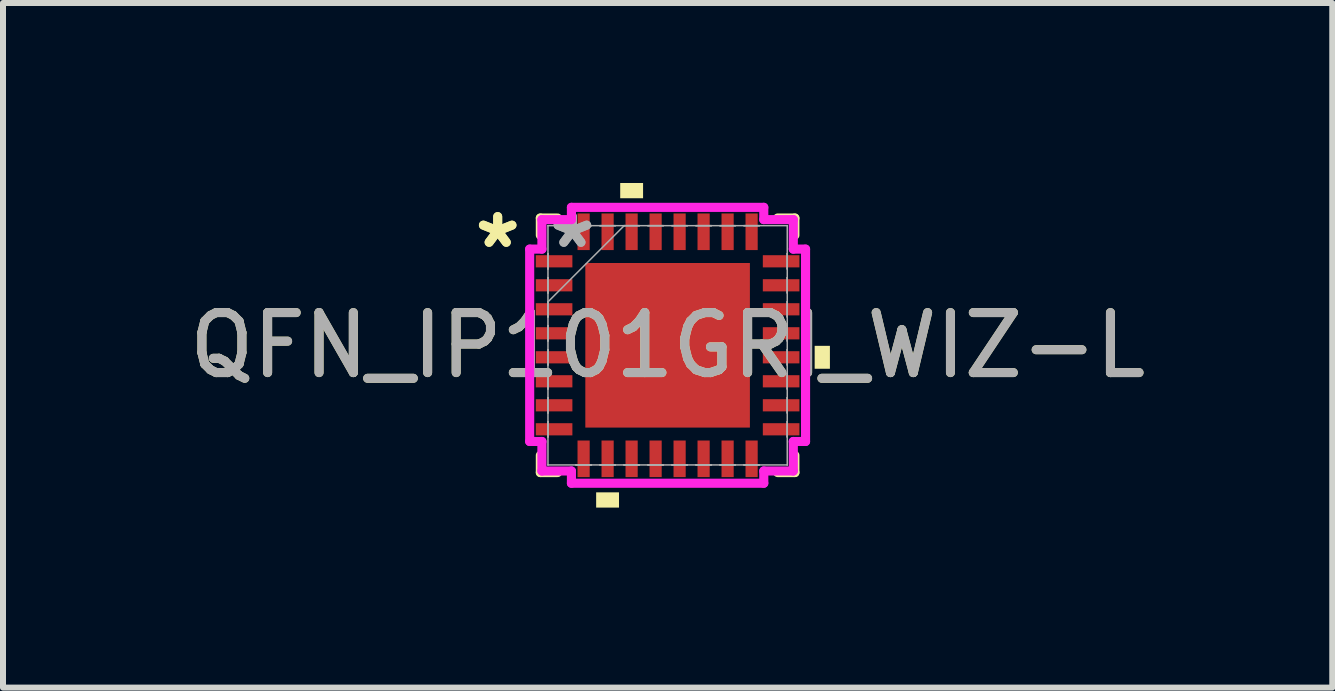
<source format=kicad_pcb>
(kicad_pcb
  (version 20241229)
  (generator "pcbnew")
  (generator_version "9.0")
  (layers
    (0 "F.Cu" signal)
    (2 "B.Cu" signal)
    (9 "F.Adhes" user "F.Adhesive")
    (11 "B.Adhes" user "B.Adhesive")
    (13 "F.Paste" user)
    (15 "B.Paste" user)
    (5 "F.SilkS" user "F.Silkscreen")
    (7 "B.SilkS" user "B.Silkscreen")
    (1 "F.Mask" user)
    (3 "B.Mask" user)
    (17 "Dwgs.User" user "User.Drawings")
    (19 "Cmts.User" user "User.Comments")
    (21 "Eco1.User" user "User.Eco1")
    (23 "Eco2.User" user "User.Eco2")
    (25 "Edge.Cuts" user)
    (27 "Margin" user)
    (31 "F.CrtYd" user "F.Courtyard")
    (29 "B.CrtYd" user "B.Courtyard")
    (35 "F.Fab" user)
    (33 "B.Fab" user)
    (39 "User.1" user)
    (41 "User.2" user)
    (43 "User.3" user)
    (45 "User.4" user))
  (footprint "QFN_IP101GRI_WIZ-L"
    (layer "F.Cu")
    (at 8.077 2.705)
    (property "Reference" "QFN_IP101GRI_WIZ-L" (at 0 0 0) (unlocked yes) (layer "F.SilkS") (effects (font (size 1 1) (thickness 0.15))))
    (attr smd)
    (fp_line (start -2.121 -2.121) (end -2.121 -1.834) (stroke (width 0.152) (type solid)) (layer "F.SilkS"))
    (fp_line (start -2.121 1.834) (end -2.121 2.121) (stroke (width 0.152) (type solid)) (layer "F.SilkS"))
    (fp_line (start -2.121 2.121) (end -1.834 2.121) (stroke (width 0.152) (type solid)) (layer "F.SilkS"))
    (fp_line (start -1.834 -2.121) (end -2.121 -2.121) (stroke (width 0.152) (type solid)) (layer "F.SilkS"))
    (fp_line (start 1.834 2.121) (end 2.121 2.121) (stroke (width 0.152) (type solid)) (layer "F.SilkS"))
    (fp_line (start 2.121 -2.121) (end 1.834 -2.121) (stroke (width 0.152) (type solid)) (layer "F.SilkS"))
    (fp_line (start 2.121 -1.834) (end 2.121 -2.121) (stroke (width 0.152) (type solid)) (layer "F.SilkS"))
    (fp_line (start 2.121 2.121) (end 2.121 1.834) (stroke (width 0.152) (type solid)) (layer "F.SilkS"))
    (fp_poly (pts (xy -1.191 2.451) (xy -1.191 2.705) (xy -0.81 2.705) (xy -0.81 2.451)) (stroke (width 0) (type solid)) (fill yes) (layer "F.SilkS"))
    (fp_poly (pts (xy -0.79 -2.451) (xy -0.79 -2.705) (xy -0.409 -2.705) (xy -0.409 -2.451)) (stroke (width 0) (type solid)) (fill yes) (layer "F.SilkS"))
    (fp_poly (pts (xy 2.705 0.009) (xy 2.705 0.391) (xy 2.451 0.391) (xy 2.451 0.009)) (stroke (width 0) (type solid)) (fill yes) (layer "F.SilkS"))
    (fp_poly (pts (xy -1.272 -1.272) (xy -1.272 -0.1) (xy -0.1 -0.1) (xy -0.1 -1.272)) (stroke (width 0) (type solid)) (fill yes) (layer "F.Paste"))
    (fp_poly (pts (xy -1.272 0.1) (xy -1.272 1.272) (xy -0.1 1.272) (xy -0.1 0.1)) (stroke (width 0) (type solid)) (fill yes) (layer "F.Paste"))
    (fp_poly (pts (xy 0.1 -1.272) (xy 0.1 -0.1) (xy 1.272 -0.1) (xy 1.272 -1.272)) (stroke (width 0) (type solid)) (fill yes) (layer "F.Paste"))
    (fp_poly (pts (xy 0.1 0.1) (xy 0.1 1.272) (xy 1.272 1.272) (xy 1.272 0.1)) (stroke (width 0) (type solid)) (fill yes) (layer "F.Paste"))
    (fp_line (start -2.299 -1.603) (end -2.095 -1.603) (stroke (width 0.152) (type solid)) (layer "F.CrtYd"))
    (fp_line (start -2.299 1.603) (end -2.299 -1.603) (stroke (width 0.152) (type solid)) (layer "F.CrtYd"))
    (fp_line (start -2.095 -2.095) (end -1.603 -2.095) (stroke (width 0.152) (type solid)) (layer "F.CrtYd"))
    (fp_line (start -2.095 -1.603) (end -2.095 -2.095) (stroke (width 0.152) (type solid)) (layer "F.CrtYd"))
    (fp_line (start -2.095 1.603) (end -2.299 1.603) (stroke (width 0.152) (type solid)) (layer "F.CrtYd"))
    (fp_line (start -2.095 2.095) (end -2.095 1.603) (stroke (width 0.152) (type solid)) (layer "F.CrtYd"))
    (fp_line (start -1.603 -2.299) (end 1.603 -2.299) (stroke (width 0.152) (type solid)) (layer "F.CrtYd"))
    (fp_line (start -1.603 -2.095) (end -1.603 -2.299) (stroke (width 0.152) (type solid)) (layer "F.CrtYd"))
    (fp_line (start -1.603 2.095) (end -2.095 2.095) (stroke (width 0.152) (type solid)) (layer "F.CrtYd"))
    (fp_line (start -1.603 2.299) (end -1.603 2.095) (stroke (width 0.152) (type solid)) (layer "F.CrtYd"))
    (fp_line (start 1.603 -2.299) (end 1.603 -2.095) (stroke (width 0.152) (type solid)) (layer "F.CrtYd"))
    (fp_line (start 1.603 -2.095) (end 2.095 -2.095) (stroke (width 0.152) (type solid)) (layer "F.CrtYd"))
    (fp_line (start 1.603 2.095) (end 1.603 2.299) (stroke (width 0.152) (type solid)) (layer "F.CrtYd"))
    (fp_line (start 1.603 2.299) (end -1.603 2.299) (stroke (width 0.152) (type solid)) (layer "F.CrtYd"))
    (fp_line (start 2.095 -2.095) (end 2.095 -1.603) (stroke (width 0.152) (type solid)) (layer "F.CrtYd"))
    (fp_line (start 2.095 -1.603) (end 2.299 -1.603) (stroke (width 0.152) (type solid)) (layer "F.CrtYd"))
    (fp_line (start 2.095 1.603) (end 2.095 2.095) (stroke (width 0.152) (type solid)) (layer "F.CrtYd"))
    (fp_line (start 2.095 2.095) (end 1.603 2.095) (stroke (width 0.152) (type solid)) (layer "F.CrtYd"))
    (fp_line (start 2.299 -1.603) (end 2.299 1.603) (stroke (width 0.152) (type solid)) (layer "F.CrtYd"))
    (fp_line (start 2.299 1.603) (end 2.095 1.603) (stroke (width 0.152) (type solid)) (layer "F.CrtYd"))
    (fp_line (start -1.994 -1.994) (end -1.994 -1.994) (stroke (width 0.025) (type solid)) (layer "F.Fab"))
    (fp_line (start -1.994 -1.994) (end -1.994 1.994) (stroke (width 0.025) (type solid)) (layer "F.Fab"))
    (fp_line (start -1.994 -1.527) (end -1.994 -1.527) (stroke (width 0.025) (type solid)) (layer "F.Fab"))
    (fp_line (start -1.994 -1.527) (end -1.994 -1.273) (stroke (width 0.025) (type solid)) (layer "F.Fab"))
    (fp_line (start -1.994 -1.273) (end -1.994 -1.527) (stroke (width 0.025) (type solid)) (layer "F.Fab"))
    (fp_line (start -1.994 -1.273) (end -1.994 -1.273) (stroke (width 0.025) (type solid)) (layer "F.Fab"))
    (fp_line (start -1.994 -1.127) (end -1.994 -1.127) (stroke (width 0.025) (type solid)) (layer "F.Fab"))
    (fp_line (start -1.994 -1.127) (end -1.994 -0.873) (stroke (width 0.025) (type solid)) (layer "F.Fab"))
    (fp_line (start -1.994 -0.873) (end -1.994 -1.127) (stroke (width 0.025) (type solid)) (layer "F.Fab"))
    (fp_line (start -1.994 -0.873) (end -1.994 -0.873) (stroke (width 0.025) (type solid)) (layer "F.Fab"))
    (fp_line (start -1.994 -0.727) (end -1.994 -0.727) (stroke (width 0.025) (type solid)) (layer "F.Fab"))
    (fp_line (start -1.994 -0.727) (end -1.994 -0.473) (stroke (width 0.025) (type solid)) (layer "F.Fab"))
    (fp_line (start -1.994 -0.724) (end -0.724 -1.994) (stroke (width 0.025) (type solid)) (layer "F.Fab"))
    (fp_line (start -1.994 -0.473) (end -1.994 -0.727) (stroke (width 0.025) (type solid)) (layer "F.Fab"))
    (fp_line (start -1.994 -0.473) (end -1.994 -0.473) (stroke (width 0.025) (type solid)) (layer "F.Fab"))
    (fp_line (start -1.994 -0.327) (end -1.994 -0.327) (stroke (width 0.025) (type solid)) (layer "F.Fab"))
    (fp_line (start -1.994 -0.327) (end -1.994 -0.073) (stroke (width 0.025) (type solid)) (layer "F.Fab"))
    (fp_line (start -1.994 -0.073) (end -1.994 -0.327) (stroke (width 0.025) (type solid)) (layer "F.Fab"))
    (fp_line (start -1.994 -0.073) (end -1.994 -0.073) (stroke (width 0.025) (type solid)) (layer "F.Fab"))
    (fp_line (start -1.994 0.073) (end -1.994 0.073) (stroke (width 0.025) (type solid)) (layer "F.Fab"))
    (fp_line (start -1.994 0.073) (end -1.994 0.327) (stroke (width 0.025) (type solid)) (layer "F.Fab"))
    (fp_line (start -1.994 0.327) (end -1.994 0.073) (stroke (width 0.025) (type solid)) (layer "F.Fab"))
    (fp_line (start -1.994 0.327) (end -1.994 0.327) (stroke (width 0.025) (type solid)) (layer "F.Fab"))
    (fp_line (start -1.994 0.473) (end -1.994 0.473) (stroke (width 0.025) (type solid)) (layer "F.Fab"))
    (fp_line (start -1.994 0.473) (end -1.994 0.727) (stroke (width 0.025) (type solid)) (layer "F.Fab"))
    (fp_line (start -1.994 0.727) (end -1.994 0.473) (stroke (width 0.025) (type solid)) (layer "F.Fab"))
    (fp_line (start -1.994 0.727) (end -1.994 0.727) (stroke (width 0.025) (type solid)) (layer "F.Fab"))
    (fp_line (start -1.994 0.873) (end -1.994 0.873) (stroke (width 0.025) (type solid)) (layer "F.Fab"))
    (fp_line (start -1.994 0.873) (end -1.994 1.127) (stroke (width 0.025) (type solid)) (layer "F.Fab"))
    (fp_line (start -1.994 1.127) (end -1.994 0.873) (stroke (width 0.025) (type solid)) (layer "F.Fab"))
    (fp_line (start -1.994 1.127) (end -1.994 1.127) (stroke (width 0.025) (type solid)) (layer "F.Fab"))
    (fp_line (start -1.994 1.273) (end -1.994 1.273) (stroke (width 0.025) (type solid)) (layer "F.Fab"))
    (fp_line (start -1.994 1.273) (end -1.994 1.527) (stroke (width 0.025) (type solid)) (layer "F.Fab"))
    (fp_line (start -1.994 1.527) (end -1.994 1.273) (stroke (width 0.025) (type solid)) (layer "F.Fab"))
    (fp_line (start -1.994 1.527) (end -1.994 1.527) (stroke (width 0.025) (type solid)) (layer "F.Fab"))
    (fp_line (start -1.994 1.994) (end -1.994 1.994) (stroke (width 0.025) (type solid)) (layer "F.Fab"))
    (fp_line (start -1.994 1.994) (end 1.994 1.994) (stroke (width 0.025) (type solid)) (layer "F.Fab"))
    (fp_line (start -1.527 -1.994) (end -1.527 -1.994) (stroke (width 0.025) (type solid)) (layer "F.Fab"))
    (fp_line (start -1.527 -1.994) (end -1.273 -1.994) (stroke (width 0.025) (type solid)) (layer "F.Fab"))
    (fp_line (start -1.527 1.994) (end -1.527 1.994) (stroke (width 0.025) (type solid)) (layer "F.Fab"))
    (fp_line (start -1.527 1.994) (end -1.273 1.994) (stroke (width 0.025) (type solid)) (layer "F.Fab"))
    (fp_line (start -1.273 -1.994) (end -1.527 -1.994) (stroke (width 0.025) (type solid)) (layer "F.Fab"))
    (fp_line (start -1.273 -1.994) (end -1.273 -1.994) (stroke (width 0.025) (type solid)) (layer "F.Fab"))
    (fp_line (start -1.273 1.994) (end -1.527 1.994) (stroke (width 0.025) (type solid)) (layer "F.Fab"))
    (fp_line (start -1.273 1.994) (end -1.273 1.994) (stroke (width 0.025) (type solid)) (layer "F.Fab"))
    (fp_line (start -1.127 -1.994) (end -1.127 -1.994) (stroke (width 0.025) (type solid)) (layer "F.Fab"))
    (fp_line (start -1.127 -1.994) (end -0.873 -1.994) (stroke (width 0.025) (type solid)) (layer "F.Fab"))
    (fp_line (start -1.127 1.994) (end -1.127 1.994) (stroke (width 0.025) (type solid)) (layer "F.Fab"))
    (fp_line (start -1.127 1.994) (end -0.873 1.994) (stroke (width 0.025) (type solid)) (layer "F.Fab"))
    (fp_line (start -0.873 -1.994) (end -1.127 -1.994) (stroke (width 0.025) (type solid)) (layer "F.Fab"))
    (fp_line (start -0.873 -1.994) (end -0.873 -1.994) (stroke (width 0.025) (type solid)) (layer "F.Fab"))
    (fp_line (start -0.873 1.994) (end -1.127 1.994) (stroke (width 0.025) (type solid)) (layer "F.Fab"))
    (fp_line (start -0.873 1.994) (end -0.873 1.994) (stroke (width 0.025) (type solid)) (layer "F.Fab"))
    (fp_line (start -0.727 -1.994) (end -0.727 -1.994) (stroke (width 0.025) (type solid)) (layer "F.Fab"))
    (fp_line (start -0.727 -1.994) (end -0.473 -1.994) (stroke (width 0.025) (type solid)) (layer "F.Fab"))
    (fp_line (start -0.727 1.994) (end -0.727 1.994) (stroke (width 0.025) (type solid)) (layer "F.Fab"))
    (fp_line (start -0.727 1.994) (end -0.473 1.994) (stroke (width 0.025) (type solid)) (layer "F.Fab"))
    (fp_line (start -0.473 -1.994) (end -0.727 -1.994) (stroke (width 0.025) (type solid)) (layer "F.Fab"))
    (fp_line (start -0.473 -1.994) (end -0.473 -1.994) (stroke (width 0.025) (type solid)) (layer "F.Fab"))
    (fp_line (start -0.473 1.994) (end -0.727 1.994) (stroke (width 0.025) (type solid)) (layer "F.Fab"))
    (fp_line (start -0.473 1.994) (end -0.473 1.994) (stroke (width 0.025) (type solid)) (layer "F.Fab"))
    (fp_line (start -0.327 -1.994) (end -0.327 -1.994) (stroke (width 0.025) (type solid)) (layer "F.Fab"))
    (fp_line (start -0.327 -1.994) (end -0.073 -1.994) (stroke (width 0.025) (type solid)) (layer "F.Fab"))
    (fp_line (start -0.327 1.994) (end -0.327 1.994) (stroke (width 0.025) (type solid)) (layer "F.Fab"))
    (fp_line (start -0.327 1.994) (end -0.073 1.994) (stroke (width 0.025) (type solid)) (layer "F.Fab"))
    (fp_line (start -0.073 -1.994) (end -0.327 -1.994) (stroke (width 0.025) (type solid)) (layer "F.Fab"))
    (fp_line (start -0.073 -1.994) (end -0.073 -1.994) (stroke (width 0.025) (type solid)) (layer "F.Fab"))
    (fp_line (start -0.073 1.994) (end -0.327 1.994) (stroke (width 0.025) (type solid)) (layer "F.Fab"))
    (fp_line (start -0.073 1.994) (end -0.073 1.994) (stroke (width 0.025) (type solid)) (layer "F.Fab"))
    (fp_line (start 0.073 -1.994) (end 0.073 -1.994) (stroke (width 0.025) (type solid)) (layer "F.Fab"))
    (fp_line (start 0.073 -1.994) (end 0.327 -1.994) (stroke (width 0.025) (type solid)) (layer "F.Fab"))
    (fp_line (start 0.073 1.994) (end 0.073 1.994) (stroke (width 0.025) (type solid)) (layer "F.Fab"))
    (fp_line (start 0.073 1.994) (end 0.327 1.994) (stroke (width 0.025) (type solid)) (layer "F.Fab"))
    (fp_line (start 0.327 -1.994) (end 0.073 -1.994) (stroke (width 0.025) (type solid)) (layer "F.Fab"))
    (fp_line (start 0.327 -1.994) (end 0.327 -1.994) (stroke (width 0.025) (type solid)) (layer "F.Fab"))
    (fp_line (start 0.327 1.994) (end 0.073 1.994) (stroke (width 0.025) (type solid)) (layer "F.Fab"))
    (fp_line (start 0.327 1.994) (end 0.327 1.994) (stroke (width 0.025) (type solid)) (layer "F.Fab"))
    (fp_line (start 0.473 -1.994) (end 0.473 -1.994) (stroke (width 0.025) (type solid)) (layer "F.Fab"))
    (fp_line (start 0.473 -1.994) (end 0.727 -1.994) (stroke (width 0.025) (type solid)) (layer "F.Fab"))
    (fp_line (start 0.473 1.994) (end 0.473 1.994) (stroke (width 0.025) (type solid)) (layer "F.Fab"))
    (fp_line (start 0.473 1.994) (end 0.727 1.994) (stroke (width 0.025) (type solid)) (layer "F.Fab"))
    (fp_line (start 0.727 -1.994) (end 0.473 -1.994) (stroke (width 0.025) (type solid)) (layer "F.Fab"))
    (fp_line (start 0.727 -1.994) (end 0.727 -1.994) (stroke (width 0.025) (type solid)) (layer "F.Fab"))
    (fp_line (start 0.727 1.994) (end 0.473 1.994) (stroke (width 0.025) (type solid)) (layer "F.Fab"))
    (fp_line (start 0.727 1.994) (end 0.727 1.994) (stroke (width 0.025) (type solid)) (layer "F.Fab"))
    (fp_line (start 0.873 -1.994) (end 0.873 -1.994) (stroke (width 0.025) (type solid)) (layer "F.Fab"))
    (fp_line (start 0.873 -1.994) (end 1.127 -1.994) (stroke (width 0.025) (type solid)) (layer "F.Fab"))
    (fp_line (start 0.873 1.994) (end 0.873 1.994) (stroke (width 0.025) (type solid)) (layer "F.Fab"))
    (fp_line (start 0.873 1.994) (end 1.127 1.994) (stroke (width 0.025) (type solid)) (layer "F.Fab"))
    (fp_line (start 1.127 -1.994) (end 0.873 -1.994) (stroke (width 0.025) (type solid)) (layer "F.Fab"))
    (fp_line (start 1.127 -1.994) (end 1.127 -1.994) (stroke (width 0.025) (type solid)) (layer "F.Fab"))
    (fp_line (start 1.127 1.994) (end 0.873 1.994) (stroke (width 0.025) (type solid)) (layer "F.Fab"))
    (fp_line (start 1.127 1.994) (end 1.127 1.994) (stroke (width 0.025) (type solid)) (layer "F.Fab"))
    (fp_line (start 1.273 -1.994) (end 1.273 -1.994) (stroke (width 0.025) (type solid)) (layer "F.Fab"))
    (fp_line (start 1.273 -1.994) (end 1.527 -1.994) (stroke (width 0.025) (type solid)) (layer "F.Fab"))
    (fp_line (start 1.273 1.994) (end 1.273 1.994) (stroke (width 0.025) (type solid)) (layer "F.Fab"))
    (fp_line (start 1.273 1.994) (end 1.527 1.994) (stroke (width 0.025) (type solid)) (layer "F.Fab"))
    (fp_line (start 1.527 -1.994) (end 1.273 -1.994) (stroke (width 0.025) (type solid)) (layer "F.Fab"))
    (fp_line (start 1.527 -1.994) (end 1.527 -1.994) (stroke (width 0.025) (type solid)) (layer "F.Fab"))
    (fp_line (start 1.527 1.994) (end 1.273 1.994) (stroke (width 0.025) (type solid)) (layer "F.Fab"))
    (fp_line (start 1.527 1.994) (end 1.527 1.994) (stroke (width 0.025) (type solid)) (layer "F.Fab"))
    (fp_line (start 1.994 -1.994) (end -1.994 -1.994) (stroke (width 0.025) (type solid)) (layer "F.Fab"))
    (fp_line (start 1.994 -1.994) (end 1.994 -1.994) (stroke (width 0.025) (type solid)) (layer "F.Fab"))
    (fp_line (start 1.994 -1.527) (end 1.994 -1.527) (stroke (width 0.025) (type solid)) (layer "F.Fab"))
    (fp_line (start 1.994 -1.527) (end 1.994 -1.273) (stroke (width 0.025) (type solid)) (layer "F.Fab"))
    (fp_line (start 1.994 -1.273) (end 1.994 -1.527) (stroke (width 0.025) (type solid)) (layer "F.Fab"))
    (fp_line (start 1.994 -1.273) (end 1.994 -1.273) (stroke (width 0.025) (type solid)) (layer "F.Fab"))
    (fp_line (start 1.994 -1.127) (end 1.994 -1.127) (stroke (width 0.025) (type solid)) (layer "F.Fab"))
    (fp_line (start 1.994 -1.127) (end 1.994 -0.873) (stroke (width 0.025) (type solid)) (layer "F.Fab"))
    (fp_line (start 1.994 -0.873) (end 1.994 -1.127) (stroke (width 0.025) (type solid)) (layer "F.Fab"))
    (fp_line (start 1.994 -0.873) (end 1.994 -0.873) (stroke (width 0.025) (type solid)) (layer "F.Fab"))
    (fp_line (start 1.994 -0.727) (end 1.994 -0.727) (stroke (width 0.025) (type solid)) (layer "F.Fab"))
    (fp_line (start 1.994 -0.727) (end 1.994 -0.473) (stroke (width 0.025) (type solid)) (layer "F.Fab"))
    (fp_line (start 1.994 -0.473) (end 1.994 -0.727) (stroke (width 0.025) (type solid)) (layer "F.Fab"))
    (fp_line (start 1.994 -0.473) (end 1.994 -0.473) (stroke (width 0.025) (type solid)) (layer "F.Fab"))
    (fp_line (start 1.994 -0.327) (end 1.994 -0.327) (stroke (width 0.025) (type solid)) (layer "F.Fab"))
    (fp_line (start 1.994 -0.327) (end 1.994 -0.073) (stroke (width 0.025) (type solid)) (layer "F.Fab"))
    (fp_line (start 1.994 -0.073) (end 1.994 -0.327) (stroke (width 0.025) (type solid)) (layer "F.Fab"))
    (fp_line (start 1.994 -0.073) (end 1.994 -0.073) (stroke (width 0.025) (type solid)) (layer "F.Fab"))
    (fp_line (start 1.994 0.073) (end 1.994 0.073) (stroke (width 0.025) (type solid)) (layer "F.Fab"))
    (fp_line (start 1.994 0.073) (end 1.994 0.327) (stroke (width 0.025) (type solid)) (layer "F.Fab"))
    (fp_line (start 1.994 0.327) (end 1.994 0.073) (stroke (width 0.025) (type solid)) (layer "F.Fab"))
    (fp_line (start 1.994 0.327) (end 1.994 0.327) (stroke (width 0.025) (type solid)) (layer "F.Fab"))
    (fp_line (start 1.994 0.473) (end 1.994 0.473) (stroke (width 0.025) (type solid)) (layer "F.Fab"))
    (fp_line (start 1.994 0.473) (end 1.994 0.727) (stroke (width 0.025) (type solid)) (layer "F.Fab"))
    (fp_line (start 1.994 0.727) (end 1.994 0.473) (stroke (width 0.025) (type solid)) (layer "F.Fab"))
    (fp_line (start 1.994 0.727) (end 1.994 0.727) (stroke (width 0.025) (type solid)) (layer "F.Fab"))
    (fp_line (start 1.994 0.873) (end 1.994 0.873) (stroke (width 0.025) (type solid)) (layer "F.Fab"))
    (fp_line (start 1.994 0.873) (end 1.994 1.127) (stroke (width 0.025) (type solid)) (layer "F.Fab"))
    (fp_line (start 1.994 1.127) (end 1.994 0.873) (stroke (width 0.025) (type solid)) (layer "F.Fab"))
    (fp_line (start 1.994 1.127) (end 1.994 1.127) (stroke (width 0.025) (type solid)) (layer "F.Fab"))
    (fp_line (start 1.994 1.273) (end 1.994 1.273) (stroke (width 0.025) (type solid)) (layer "F.Fab"))
    (fp_line (start 1.994 1.273) (end 1.994 1.527) (stroke (width 0.025) (type solid)) (layer "F.Fab"))
    (fp_line (start 1.994 1.527) (end 1.994 1.273) (stroke (width 0.025) (type solid)) (layer "F.Fab"))
    (fp_line (start 1.994 1.527) (end 1.994 1.527) (stroke (width 0.025) (type solid)) (layer "F.Fab"))
    (fp_line (start 1.994 1.994) (end 1.994 -1.994) (stroke (width 0.025) (type solid)) (layer "F.Fab"))
    (fp_line (start 1.994 1.994) (end 1.994 1.994) (stroke (width 0.025) (type solid)) (layer "F.Fab"))
    (fp_text user "*" (at -2.832 -1.6 0) (unlocked yes) (layer "F.SilkS") (effects (font (size 1 1) (thickness 0.15))))
    (fp_text user "*" (at -2.832 -1.6 0) (layer "F.SilkS") (effects (font (size 1 1) (thickness 0.15))))
    (fp_text user "*" (at -1.587 -1.6 0) (unlocked yes) (layer "F.Fab") (effects (font (size 1 1) (thickness 0.15))))
    (fp_text user "*" (at -1.587 -1.6 0) (layer "F.Fab") (effects (font (size 1 1) (thickness 0.15))))
    (fp_text user "${REFERENCE}" (at 0 0 0) (unlocked yes) (layer "F.Fab") (effects (font (size 1 1) (thickness 0.15))))
    (pad "1" smd rect (at -1.892 -1.4 90) (size 0.203 0.61) (layers "F.Cu" "F.Mask" "F.Paste"))
    (pad "2" smd rect (at -1.892 -1 90) (size 0.203 0.61) (layers "F.Cu" "F.Mask" "F.Paste"))
    (pad "3" smd rect (at -1.892 -0.6 90) (size 0.203 0.61) (layers "F.Cu" "F.Mask" "F.Paste"))
    (pad "4" smd rect (at -1.892 -0.2 90) (size 0.203 0.61) (layers "F.Cu" "F.Mask" "F.Paste"))
    (pad "5" smd rect (at -1.892 0.2 90) (size 0.203 0.61) (layers "F.Cu" "F.Mask" "F.Paste"))
    (pad "6" smd rect (at -1.892 0.6 90) (size 0.203 0.61) (layers "F.Cu" "F.Mask" "F.Paste"))
    (pad "7" smd rect (at -1.892 1 90) (size 0.203 0.61) (layers "F.Cu" "F.Mask" "F.Paste"))
    (pad "8" smd rect (at -1.892 1.4 90) (size 0.203 0.61) (layers "F.Cu" "F.Mask" "F.Paste"))
    (pad "9" smd rect (at -1.4 1.892) (size 0.203 0.61) (layers "F.Cu" "F.Mask" "F.Paste"))
    (pad "10" smd rect (at -1 1.892) (size 0.203 0.61) (layers "F.Cu" "F.Mask" "F.Paste"))
    (pad "11" smd rect (at -0.6 1.892) (size 0.203 0.61) (layers "F.Cu" "F.Mask" "F.Paste"))
    (pad "12" smd rect (at -0.2 1.892) (size 0.203 0.61) (layers "F.Cu" "F.Mask" "F.Paste"))
    (pad "13" smd rect (at 0.2 1.892) (size 0.203 0.61) (layers "F.Cu" "F.Mask" "F.Paste"))
    (pad "14" smd rect (at 0.6 1.892) (size 0.203 0.61) (layers "F.Cu" "F.Mask" "F.Paste"))
    (pad "15" smd rect (at 1 1.892) (size 0.203 0.61) (layers "F.Cu" "F.Mask" "F.Paste"))
    (pad "16" smd rect (at 1.4 1.892) (size 0.203 0.61) (layers "F.Cu" "F.Mask" "F.Paste"))
    (pad "17" smd rect (at 1.892 1.4 90) (size 0.203 0.61) (layers "F.Cu" "F.Mask" "F.Paste"))
    (pad "18" smd rect (at 1.892 1 90) (size 0.203 0.61) (layers "F.Cu" "F.Mask" "F.Paste"))
    (pad "19" smd rect (at 1.892 0.6 90) (size 0.203 0.61) (layers "F.Cu" "F.Mask" "F.Paste"))
    (pad "20" smd rect (at 1.892 0.2 90) (size 0.203 0.61) (layers "F.Cu" "F.Mask" "F.Paste"))
    (pad "21" smd rect (at 1.892 -0.2 90) (size 0.203 0.61) (layers "F.Cu" "F.Mask" "F.Paste"))
    (pad "22" smd rect (at 1.892 -0.6 90) (size 0.203 0.61) (layers "F.Cu" "F.Mask" "F.Paste"))
    (pad "23" smd rect (at 1.892 -1 90) (size 0.203 0.61) (layers "F.Cu" "F.Mask" "F.Paste"))
    (pad "24" smd rect (at 1.892 -1.4 90) (size 0.203 0.61) (layers "F.Cu" "F.Mask" "F.Paste"))
    (pad "25" smd rect (at 1.4 -1.892) (size 0.203 0.61) (layers "F.Cu" "F.Mask" "F.Paste"))
    (pad "26" smd rect (at 1 -1.892) (size 0.203 0.61) (layers "F.Cu" "F.Mask" "F.Paste"))
    (pad "27" smd rect (at 0.6 -1.892) (size 0.203 0.61) (layers "F.Cu" "F.Mask" "F.Paste"))
    (pad "28" smd rect (at 0.2 -1.892) (size 0.203 0.61) (layers "F.Cu" "F.Mask" "F.Paste"))
    (pad "29" smd rect (at -0.2 -1.892) (size 0.203 0.61) (layers "F.Cu" "F.Mask" "F.Paste"))
    (pad "30" smd rect (at -0.6 -1.892) (size 0.203 0.61) (layers "F.Cu" "F.Mask" "F.Paste"))
    (pad "31" smd rect (at -1 -1.892) (size 0.203 0.61) (layers "F.Cu" "F.Mask" "F.Paste"))
    (pad "32" smd rect (at -1.4 -1.892) (size 0.203 0.61) (layers "F.Cu" "F.Mask" "F.Paste"))
    (pad "33" smd rect (at 0 0) (size 2.743 2.743) (layers "F.Cu" "F.Mask")))
  (gr_rect
    (start -3 -3)
    (end 19.155 8.41)
    (stroke (width 0.1) (type default))
    (fill no)
    (layer "Edge.Cuts")))
</source>
